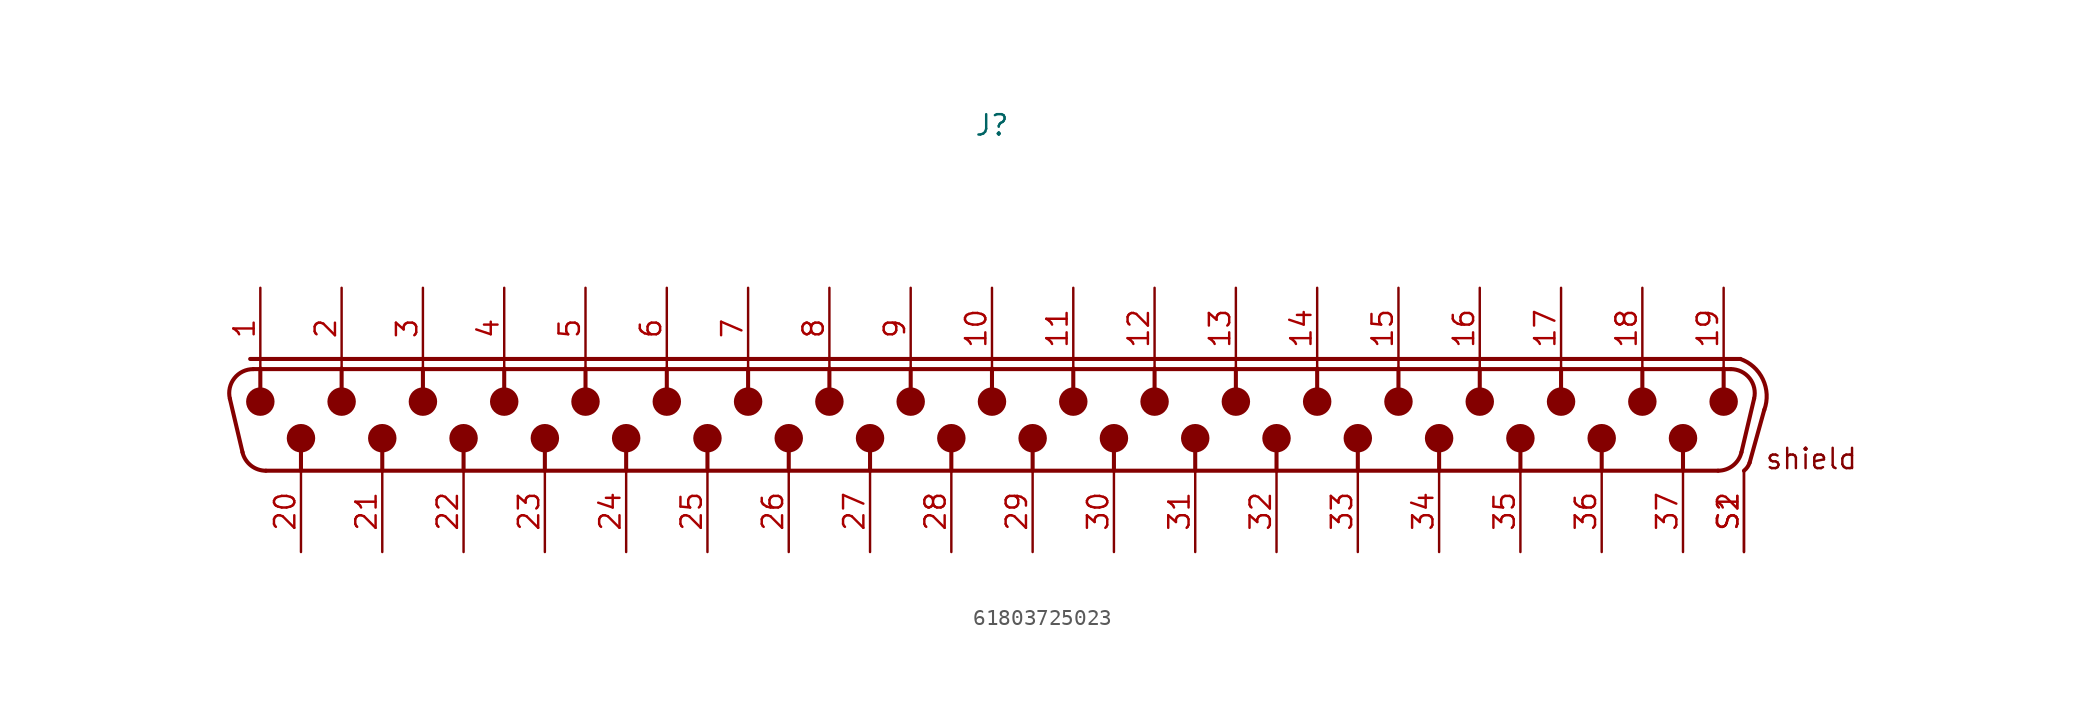
<source format=kicad_sym>
(kicad_symbol_lib
  (version 20241209)
  (generator "kicad_symbol_editor")
  (generator_version "9.0")
  (symbol "61803725023"
    (pin_names
      (hide yes))
    (property "Reference" "J"
      (at 0 17.78 0)
      (effects (font (size 1.27 1.27))))
    (symbol "61803725023_1_0"
      (polyline (pts (xy -46.833 -2.655) (xy -47.624 0.695)) (stroke (width 0.254) (type solid)) (fill (type none)))
      (polyline (pts (xy -46.355 3.175) (xy 46.76 3.175)) (stroke (width 0.254) (type solid)) (fill (type none)))
      (polyline (pts (xy -46.164 2.54) (xy 46.164 2.54)) (stroke (width 0.254) (type solid)) (fill (type none)))
      (arc (start -47.6242 0.695) (mid -47.3407 1.9707) (end -46.1643 2.54) (stroke (width 0.254) (type solid)) (fill (type none)))
      (polyline (pts (xy -45.72 2.58) (xy -45.72 0.4)) (stroke (width 0.254) (type solid)) (fill (type none)))
      (circle (center -45.72 0.508) (radius 0.762) (stroke (width 0.254) (type solid)) (fill (type outline)))
      (arc (start -45.373 -3.81) (mid -46.3038 -3.4862) (end -46.8328 -2.6547) (stroke (width 0.254) (type solid)) (fill (type none)))
      (circle (center -43.18 -1.778) (radius 0.762) (stroke (width 0.254) (type solid)) (fill (type outline)))
      (polyline (pts (xy -43.18 -3.81) (xy -43.18 -1.63)) (stroke (width 0.254) (type solid)) (fill (type none)))
      (polyline (pts (xy -40.64 2.58) (xy -40.64 0.4)) (stroke (width 0.254) (type solid)) (fill (type none)))
      (circle (center -40.64 0.508) (radius 0.762) (stroke (width 0.254) (type solid)) (fill (type outline)))
      (circle (center -38.1 -1.778) (radius 0.762) (stroke (width 0.254) (type solid)) (fill (type outline)))
      (polyline (pts (xy -38.1 -3.81) (xy -38.1 -1.63)) (stroke (width 0.254) (type solid)) (fill (type none)))
      (polyline (pts (xy -35.56 2.58) (xy -35.56 0.4)) (stroke (width 0.254) (type solid)) (fill (type none)))
      (circle (center -35.56 0.508) (radius 0.762) (stroke (width 0.254) (type solid)) (fill (type outline)))
      (circle (center -33.02 -1.778) (radius 0.762) (stroke (width 0.254) (type solid)) (fill (type outline)))
      (polyline (pts (xy -33.02 -3.81) (xy -33.02 -1.63)) (stroke (width 0.254) (type solid)) (fill (type none)))
      (polyline (pts (xy -30.48 2.58) (xy -30.48 0.4)) (stroke (width 0.254) (type solid)) (fill (type none)))
      (circle (center -30.48 0.508) (radius 0.762) (stroke (width 0.254) (type solid)) (fill (type outline)))
      (circle (center -27.94 -1.778) (radius 0.762) (stroke (width 0.254) (type solid)) (fill (type outline)))
      (polyline (pts (xy -27.94 -3.81) (xy -27.94 -1.63)) (stroke (width 0.254) (type solid)) (fill (type none)))
      (polyline (pts (xy -25.4 2.58) (xy -25.4 0.4)) (stroke (width 0.254) (type solid)) (fill (type none)))
      (circle (center -25.4 0.508) (radius 0.762) (stroke (width 0.254) (type solid)) (fill (type outline)))
      (circle (center -22.86 -1.778) (radius 0.762) (stroke (width 0.254) (type solid)) (fill (type outline)))
      (polyline (pts (xy -22.86 -3.81) (xy -22.86 -1.63)) (stroke (width 0.254) (type solid)) (fill (type none)))
      (polyline (pts (xy -20.32 2.58) (xy -20.32 0.4)) (stroke (width 0.254) (type solid)) (fill (type none)))
      (circle (center -20.32 0.508) (radius 0.762) (stroke (width 0.254) (type solid)) (fill (type outline)))
      (circle (center -17.78 -1.778) (radius 0.762) (stroke (width 0.254) (type solid)) (fill (type outline)))
      (polyline (pts (xy -17.78 -3.81) (xy -17.78 -1.63)) (stroke (width 0.254) (type solid)) (fill (type none)))
      (polyline (pts (xy -15.24 2.58) (xy -15.24 0.4)) (stroke (width 0.254) (type solid)) (fill (type none)))
      (circle (center -15.24 0.508) (radius 0.762) (stroke (width 0.254) (type solid)) (fill (type outline)))
      (circle (center -12.7 -1.778) (radius 0.762) (stroke (width 0.254) (type solid)) (fill (type outline)))
      (polyline (pts (xy -12.7 -3.81) (xy -12.7 -1.63)) (stroke (width 0.254) (type solid)) (fill (type none)))
      (polyline (pts (xy -10.16 2.58) (xy -10.16 0.4)) (stroke (width 0.254) (type solid)) (fill (type none)))
      (circle (center -10.16 0.508) (radius 0.762) (stroke (width 0.254) (type solid)) (fill (type outline)))
      (circle (center -7.62 -1.778) (radius 0.762) (stroke (width 0.254) (type solid)) (fill (type outline)))
      (polyline (pts (xy -7.62 -3.81) (xy -7.62 -1.63)) (stroke (width 0.254) (type solid)) (fill (type none)))
      (polyline (pts (xy -5.08 2.58) (xy -5.08 0.4)) (stroke (width 0.254) (type solid)) (fill (type none)))
      (circle (center -5.08 0.508) (radius 0.762) (stroke (width 0.254) (type solid)) (fill (type outline)))
      (circle (center -2.54 -1.778) (radius 0.762) (stroke (width 0.254) (type solid)) (fill (type outline)))
      (polyline (pts (xy -2.54 -3.81) (xy -2.54 -1.63)) (stroke (width 0.254) (type solid)) (fill (type none)))
      (polyline (pts (xy 0 2.58) (xy 0 0.4)) (stroke (width 0.254) (type solid)) (fill (type none)))
      (circle (center 0 0.508) (radius 0.762) (stroke (width 0.254) (type solid)) (fill (type outline)))
      (circle (center 2.54 -1.778) (radius 0.762) (stroke (width 0.254) (type solid)) (fill (type outline)))
      (polyline (pts (xy 2.54 -3.81) (xy 2.54 -1.63)) (stroke (width 0.254) (type solid)) (fill (type none)))
      (polyline (pts (xy 5.08 2.58) (xy 5.08 0.4)) (stroke (width 0.254) (type solid)) (fill (type none)))
      (circle (center 5.08 0.508) (radius 0.762) (stroke (width 0.254) (type solid)) (fill (type outline)))
      (circle (center 7.62 -1.778) (radius 0.762) (stroke (width 0.254) (type solid)) (fill (type outline)))
      (polyline (pts (xy 7.62 -3.81) (xy 7.62 -1.63)) (stroke (width 0.254) (type solid)) (fill (type none)))
      (polyline (pts (xy 10.16 2.58) (xy 10.16 0.4)) (stroke (width 0.254) (type solid)) (fill (type none)))
      (circle (center 10.16 0.508) (radius 0.762) (stroke (width 0.254) (type solid)) (fill (type outline)))
      (circle (center 12.7 -1.778) (radius 0.762) (stroke (width 0.254) (type solid)) (fill (type outline)))
      (polyline (pts (xy 12.7 -3.81) (xy 12.7 -1.63)) (stroke (width 0.254) (type solid)) (fill (type none)))
      (polyline (pts (xy 15.24 2.58) (xy 15.24 0.4)) (stroke (width 0.254) (type solid)) (fill (type none)))
      (circle (center 15.24 0.508) (radius 0.762) (stroke (width 0.254) (type solid)) (fill (type outline)))
      (circle (center 17.78 -1.778) (radius 0.762) (stroke (width 0.254) (type solid)) (fill (type outline)))
      (polyline (pts (xy 17.78 -3.81) (xy 17.78 -1.63)) (stroke (width 0.254) (type solid)) (fill (type none)))
      (polyline (pts (xy 20.32 2.58) (xy 20.32 0.4)) (stroke (width 0.254) (type solid)) (fill (type none)))
      (circle (center 20.32 0.508) (radius 0.762) (stroke (width 0.254) (type solid)) (fill (type outline)))
      (circle (center 22.86 -1.778) (radius 0.762) (stroke (width 0.254) (type solid)) (fill (type outline)))
      (polyline (pts (xy 22.86 -3.81) (xy 22.86 -1.63)) (stroke (width 0.254) (type solid)) (fill (type none)))
      (polyline (pts (xy 25.4 2.58) (xy 25.4 0.4)) (stroke (width 0.254) (type solid)) (fill (type none)))
      (circle (center 25.4 0.508) (radius 0.762) (stroke (width 0.254) (type solid)) (fill (type outline)))
      (circle (center 27.94 -1.778) (radius 0.762) (stroke (width 0.254) (type solid)) (fill (type outline)))
      (polyline (pts (xy 27.94 -3.81) (xy 27.94 -1.63)) (stroke (width 0.254) (type solid)) (fill (type none)))
      (polyline (pts (xy 30.48 2.58) (xy 30.48 0.4)) (stroke (width 0.254) (type solid)) (fill (type none)))
      (circle (center 30.48 0.508) (radius 0.762) (stroke (width 0.254) (type solid)) (fill (type outline)))
      (circle (center 33.02 -1.778) (radius 0.762) (stroke (width 0.254) (type solid)) (fill (type outline)))
      (polyline (pts (xy 33.02 -3.81) (xy 33.02 -1.63)) (stroke (width 0.254) (type solid)) (fill (type none)))
      (polyline (pts (xy 35.56 2.58) (xy 35.56 0.4)) (stroke (width 0.254) (type solid)) (fill (type none)))
      (circle (center 35.56 0.508) (radius 0.762) (stroke (width 0.254) (type solid)) (fill (type outline)))
      (circle (center 38.1 -1.778) (radius 0.762) (stroke (width 0.254) (type solid)) (fill (type outline)))
      (polyline (pts (xy 38.1 -3.81) (xy 38.1 -1.63)) (stroke (width 0.254) (type solid)) (fill (type none)))
      (polyline (pts (xy 40.64 2.58) (xy 40.64 0.4)) (stroke (width 0.254) (type solid)) (fill (type none)))
      (circle (center 40.64 0.508) (radius 0.762) (stroke (width 0.254) (type solid)) (fill (type outline)))
      (circle (center 43.18 -1.778) (radius 0.762) (stroke (width 0.254) (type solid)) (fill (type outline)))
      (polyline (pts (xy 43.18 -3.81) (xy 43.18 -1.63)) (stroke (width 0.254) (type solid)) (fill (type none)))
      (arc (start 46.8328 -2.6548) (mid 46.3037 -3.4863) (end 45.3729 -3.81) (stroke (width 0.254) (type solid)) (fill (type none)))
      (polyline (pts (xy 45.373 -3.81) (xy -45.373 -3.81)) (stroke (width 0.254) (type solid)) (fill (type none)))
      (polyline (pts (xy 45.72 2.58) (xy 45.72 0.4)) (stroke (width 0.254) (type solid)) (fill (type none)))
      (circle (center 45.72 0.508) (radius 0.762) (stroke (width 0.254) (type solid)) (fill (type outline)))
      (arc (start 46.76 3.175) (mid 48.1707 1.8996) (end 48.26 0) (stroke (width 0.254) (type solid)) (fill (type none)))
      (arc (start 46.1643 2.54) (mid 47.3407 1.9707) (end 47.6242 0.695) (stroke (width 0.254) (type solid)) (fill (type none)))
      (arc (start 47.3439 -3.3037) (mid 47.2048 -3.5833) (end 46.99 -3.81) (stroke (width 0.254) (type solid)) (fill (type none)))
      (polyline (pts (xy 47.344 -3.304) (xy 48.26 0)) (stroke (width 0.254) (type solid)) (fill (type none)))
      (polyline (pts (xy 47.624 0.695) (xy 46.833 -2.655)) (stroke (width 0.254) (type solid)) (fill (type none)))
      (pin passive line (at -45.72 7.62 270) (length 5.08) (name "1" (effects (font (size 1.27 1.27)))) (number "1" (effects (font (size 1.27 1.27)))))
      (pin passive line (at -43.18 -8.89 90) (length 5.08) (name "20" (effects (font (size 1.27 1.27)))) (number "20" (effects (font (size 1.27 1.27)))))
      (pin passive line (at -40.64 7.62 270) (length 5.08) (name "2" (effects (font (size 1.27 1.27)))) (number "2" (effects (font (size 1.27 1.27)))))
      (pin passive line (at -38.1 -8.89 90) (length 5.08) (name "21" (effects (font (size 1.27 1.27)))) (number "21" (effects (font (size 1.27 1.27)))))
      (pin passive line (at -35.56 7.62 270) (length 5.08) (name "3" (effects (font (size 1.27 1.27)))) (number "3" (effects (font (size 1.27 1.27)))))
      (pin passive line (at -33.02 -8.89 90) (length 5.08) (name "22" (effects (font (size 1.27 1.27)))) (number "22" (effects (font (size 1.27 1.27)))))
      (pin passive line (at -30.48 7.62 270) (length 5.08) (name "4" (effects (font (size 1.27 1.27)))) (number "4" (effects (font (size 1.27 1.27)))))
      (pin passive line (at -27.94 -8.89 90) (length 5.08) (name "23" (effects (font (size 1.27 1.27)))) (number "23" (effects (font (size 1.27 1.27)))))
      (pin passive line (at -25.4 7.62 270) (length 5.08) (name "5" (effects (font (size 1.27 1.27)))) (number "5" (effects (font (size 1.27 1.27)))))
      (pin passive line (at -22.86 -8.89 90) (length 5.08) (name "24" (effects (font (size 1.27 1.27)))) (number "24" (effects (font (size 1.27 1.27)))))
      (pin passive line (at -20.32 7.62 270) (length 5.08) (name "6" (effects (font (size 1.27 1.27)))) (number "6" (effects (font (size 1.27 1.27)))))
      (pin passive line (at -17.78 -8.89 90) (length 5.08) (name "25" (effects (font (size 1.27 1.27)))) (number "25" (effects (font (size 1.27 1.27)))))
      (pin passive line (at -15.24 7.62 270) (length 5.08) (name "7" (effects (font (size 1.27 1.27)))) (number "7" (effects (font (size 1.27 1.27)))))
      (pin passive line (at -12.7 -8.89 90) (length 5.08) (name "26" (effects (font (size 1.27 1.27)))) (number "26" (effects (font (size 1.27 1.27)))))
      (pin passive line (at -10.16 7.62 270) (length 5.08) (name "8" (effects (font (size 1.27 1.27)))) (number "8" (effects (font (size 1.27 1.27)))))
      (pin passive line (at -7.62 -8.89 90) (length 5.08) (name "27" (effects (font (size 1.27 1.27)))) (number "27" (effects (font (size 1.27 1.27)))))
      (pin passive line (at -5.08 7.62 270) (length 5.08) (name "9" (effects (font (size 1.27 1.27)))) (number "9" (effects (font (size 1.27 1.27)))))
      (pin passive line (at -2.54 -8.89 90) (length 5.08) (name "28" (effects (font (size 1.27 1.27)))) (number "28" (effects (font (size 1.27 1.27)))))
      (pin passive line (at 0 7.62 270) (length 5.08) (name "10" (effects (font (size 1.27 1.27)))) (number "10" (effects (font (size 1.27 1.27)))))
      (pin passive line (at 2.54 -8.89 90) (length 5.08) (name "29" (effects (font (size 1.27 1.27)))) (number "29" (effects (font (size 1.27 1.27)))))
      (pin passive line (at 5.08 7.62 270) (length 5.08) (name "11" (effects (font (size 1.27 1.27)))) (number "11" (effects (font (size 1.27 1.27)))))
      (pin passive line (at 7.62 -8.89 90) (length 5.08) (name "30" (effects (font (size 1.27 1.27)))) (number "30" (effects (font (size 1.27 1.27)))))
      (pin passive line (at 10.16 7.62 270) (length 5.08) (name "12" (effects (font (size 1.27 1.27)))) (number "12" (effects (font (size 1.27 1.27)))))
      (pin passive line (at 12.7 -8.89 90) (length 5.08) (name "31" (effects (font (size 1.27 1.27)))) (number "31" (effects (font (size 1.27 1.27)))))
      (pin passive line (at 15.24 7.62 270) (length 5.08) (name "13" (effects (font (size 1.27 1.27)))) (number "13" (effects (font (size 1.27 1.27)))))
      (pin passive line (at 17.78 -8.89 90) (length 5.08) (name "32" (effects (font (size 1.27 1.27)))) (number "32" (effects (font (size 1.27 1.27)))))
      (pin passive line (at 20.32 7.62 270) (length 5.08) (name "14" (effects (font (size 1.27 1.27)))) (number "14" (effects (font (size 1.27 1.27)))))
      (pin passive line (at 22.86 -8.89 90) (length 5.08) (name "33" (effects (font (size 1.27 1.27)))) (number "33" (effects (font (size 1.27 1.27)))))
      (pin passive line (at 25.4 7.62 270) (length 5.08) (name "15" (effects (font (size 1.27 1.27)))) (number "15" (effects (font (size 1.27 1.27)))))
      (pin passive line (at 27.94 -8.89 90) (length 5.08) (name "34" (effects (font (size 1.27 1.27)))) (number "34" (effects (font (size 1.27 1.27)))))
      (pin passive line (at 30.48 7.62 270) (length 5.08) (name "16" (effects (font (size 1.27 1.27)))) (number "16" (effects (font (size 1.27 1.27)))))
      (pin passive line (at 33.02 -8.89 90) (length 5.08) (name "35" (effects (font (size 1.27 1.27)))) (number "35" (effects (font (size 1.27 1.27)))))
      (pin passive line (at 35.56 7.62 270) (length 5.08) (name "17" (effects (font (size 1.27 1.27)))) (number "17" (effects (font (size 1.27 1.27)))))
      (pin passive line (at 38.1 -8.89 90) (length 5.08) (name "36" (effects (font (size 1.27 1.27)))) (number "36" (effects (font (size 1.27 1.27)))))
      (pin passive line (at 40.64 7.62 270) (length 5.08) (name "18" (effects (font (size 1.27 1.27)))) (number "18" (effects (font (size 1.27 1.27)))))
      (pin passive line (at 43.18 -8.89 90) (length 5.08) (name "37" (effects (font (size 1.27 1.27)))) (number "37" (effects (font (size 1.27 1.27)))))
      (pin passive line (at 45.72 7.62 270) (length 5.08) (name "19" (effects (font (size 1.27 1.27)))) (number "19" (effects (font (size 1.27 1.27)))))
      (pin passive line (at 46.99 -8.89 90) (length 5.08) (name "SHIELD" (effects (font (size 1.27 1.27)))) (number "S1" (effects (font (size 1.27 1.27)))))
      (pin passive line (at 46.99 -8.89 90) (length 5.08) (name "SHIELD" (effects (font (size 1.27 1.27)))) (number "S2" (effects (font (size 1.27 1.27))))))
    (symbol "61803725023_1_1"
      (text "shield" (at 48.26 -3.81 0) (effects (font (size 1.27 1.27)) (justify left bottom))))))
</source>
